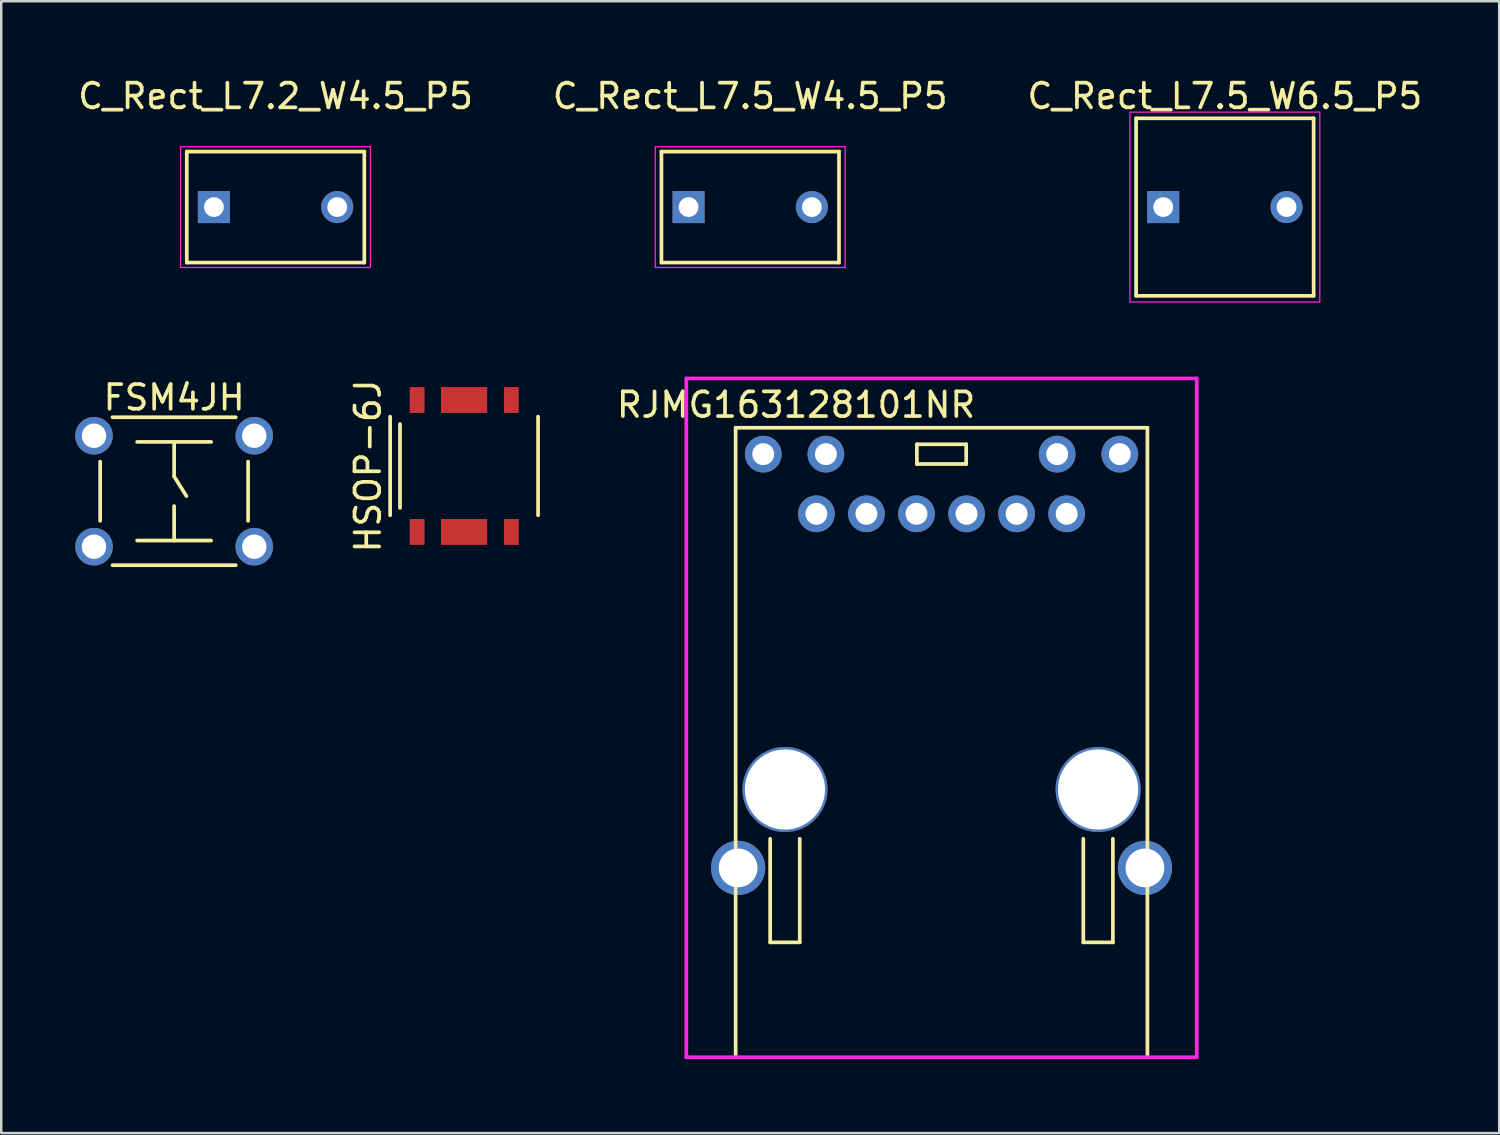
<source format=kicad_pcb>
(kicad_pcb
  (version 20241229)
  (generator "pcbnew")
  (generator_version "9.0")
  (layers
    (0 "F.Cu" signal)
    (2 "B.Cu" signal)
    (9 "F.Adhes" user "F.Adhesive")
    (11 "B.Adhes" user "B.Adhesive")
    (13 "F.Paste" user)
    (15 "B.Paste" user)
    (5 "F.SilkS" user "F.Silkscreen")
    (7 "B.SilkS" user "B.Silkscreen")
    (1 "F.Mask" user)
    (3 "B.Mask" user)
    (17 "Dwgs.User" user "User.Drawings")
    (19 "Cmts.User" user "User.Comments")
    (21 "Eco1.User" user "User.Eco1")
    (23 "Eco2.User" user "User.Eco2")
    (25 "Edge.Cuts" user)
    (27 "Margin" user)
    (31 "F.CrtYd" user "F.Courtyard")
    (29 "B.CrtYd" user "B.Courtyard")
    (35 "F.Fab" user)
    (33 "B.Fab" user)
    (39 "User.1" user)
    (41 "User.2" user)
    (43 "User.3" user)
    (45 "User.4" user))
  (footprint "FSM4JH"
    (layer "F.Cu")
    (at 4.012 16.872)
    (property "Reference" "FSM4JH" (at 0 -3.8 0) (layer "F.SilkS") (effects (font (size 1 1) (thickness 0.15))))
    (attr through_hole)
    (fp_line (start -3 -1.2) (end -3 1.2) (stroke (width 0.15) (type solid)) (layer "F.SilkS"))
    (fp_line (start -2.5 -3) (end 2.5 -3) (stroke (width 0.15) (type solid)) (layer "F.SilkS"))
    (fp_line (start -2.5 3) (end 2.5 3) (stroke (width 0.15) (type solid)) (layer "F.SilkS"))
    (fp_line (start -1.5 -2) (end 1.5 -2) (stroke (width 0.15) (type solid)) (layer "F.SilkS"))
    (fp_line (start -1.5 2) (end 1.5 2) (stroke (width 0.15) (type solid)) (layer "F.SilkS"))
    (fp_line (start 0 -1.9) (end 0 -0.6) (stroke (width 0.15) (type solid)) (layer "F.SilkS"))
    (fp_line (start 0 -0.6) (end 0.5 0.2) (stroke (width 0.15) (type solid)) (layer "F.SilkS"))
    (fp_line (start 0 2) (end 0 0.6) (stroke (width 0.15) (type solid)) (layer "F.SilkS"))
    (fp_line (start 3 -1.2) (end 3 1.2) (stroke (width 0.15) (type solid)) (layer "F.SilkS"))
    (pad "1" thru_hole circle (at -3.25 -2.25) (size 1.524 1.524) (drill 0.99) (layers "*.Cu" "*.Mask"))
    (pad "2" thru_hole circle (at 3.25 -2.25) (size 1.524 1.524) (drill 0.99) (layers "*.Cu" "*.Mask"))
    (pad "3" thru_hole circle (at -3.25 2.25) (size 1.524 1.524) (drill 0.99) (layers "*.Cu" "*.Mask"))
    (pad "4" thru_hole circle (at 3.25 2.25) (size 1.524 1.524) (drill 0.99) (layers "*.Cu" "*.Mask")))
  (footprint "RJMG163128101NR"
    (layer "F.Cu")
    (at 35.134 28.968)
    (property "Reference" "RJMG163128101NR" (at -5.9 -15.6 0) (layer "F.SilkS") (effects (font (size 1 1) (thickness 0.15))))
    (attr through_hole)
    (fp_line (start -8.35 -14.67) (end -8.35 10.86) (stroke (width 0.15) (type solid)) (layer "F.SilkS"))
    (fp_line (start -8.35 -14.67) (end 8.35 -14.67) (stroke (width 0.15) (type solid)) (layer "F.SilkS"))
    (fp_line (start -6.95 2) (end -6.95 6.2) (stroke (width 0.15) (type solid)) (layer "F.SilkS"))
    (fp_line (start -6.95 6.2) (end -5.75 6.2) (stroke (width 0.15) (type solid)) (layer "F.SilkS"))
    (fp_line (start -5.75 2) (end -5.75 6.2) (stroke (width 0.15) (type solid)) (layer "F.SilkS"))
    (fp_line (start -1 -14) (end -1 -13.2) (stroke (width 0.15) (type solid)) (layer "F.SilkS"))
    (fp_line (start -1 -14) (end 1 -14) (stroke (width 0.15) (type solid)) (layer "F.SilkS"))
    (fp_line (start -1 -13.2) (end 1 -13.2) (stroke (width 0.15) (type solid)) (layer "F.SilkS"))
    (fp_line (start 1 -14) (end 1 -13.2) (stroke (width 0.15) (type solid)) (layer "F.SilkS"))
    (fp_line (start 5.75 2) (end 5.75 6.2) (stroke (width 0.15) (type solid)) (layer "F.SilkS"))
    (fp_line (start 5.75 6.2) (end 6.95 6.2) (stroke (width 0.15) (type solid)) (layer "F.SilkS"))
    (fp_line (start 6.95 2) (end 6.95 6.2) (stroke (width 0.15) (type solid)) (layer "F.SilkS"))
    (fp_line (start 8.35 10.86) (end 8.35 -14.67) (stroke (width 0.15) (type solid)) (layer "F.SilkS"))
    (fp_line (start -10.35 -16.67) (end 10.35 -16.67) (stroke (width 0.15) (type solid)) (layer "F.CrtYd"))
    (fp_line (start -10.35 10.86) (end -10.35 -16.67) (stroke (width 0.15) (type solid)) (layer "F.CrtYd"))
    (fp_line (start -10.35 10.86) (end 10.35 10.86) (stroke (width 0.15) (type solid)) (layer "F.CrtYd"))
    (fp_line (start 10.35 10.86) (end 10.35 -16.67) (stroke (width 0.15) (type solid)) (layer "F.CrtYd"))
    (pad "" np_thru_hole circle (at -6.35 0) (size 3.45 3.45) (drill 3.25) (layers "*.Cu" "*.Mask"))
    (pad "" np_thru_hole circle (at 6.35 0) (size 3.45 3.45) (drill 3.25) (layers "*.Cu" "*.Mask"))
    (pad "1" thru_hole circle (at 5.075 -11.18) (size 1.49 1.49) (drill 0.89) (layers "*.Cu" "*.Mask"))
    (pad "2" thru_hole circle (at 3.045 -11.18) (size 1.49 1.49) (drill 0.89) (layers "*.Cu" "*.Mask"))
    (pad "3" thru_hole circle (at 1.015 -11.18) (size 1.49 1.49) (drill 0.89) (layers "*.Cu" "*.Mask"))
    (pad "4" thru_hole circle (at -1.015 -11.18) (size 1.49 1.49) (drill 0.89) (layers "*.Cu" "*.Mask"))
    (pad "5" thru_hole circle (at -3.045 -11.18) (size 1.49 1.49) (drill 0.89) (layers "*.Cu" "*.Mask"))
    (pad "6" thru_hole circle (at -5.075 -11.18) (size 1.49 1.49) (drill 0.89) (layers "*.Cu" "*.Mask"))
    (pad "GND" thru_hole circle (at -8.25 3.18) (size 2.2 2.2) (drill 1.57) (layers "*.Cu" "*.Mask"))
    (pad "GND" thru_hole circle (at 8.25 3.18) (size 2.2 2.2) (drill 1.57) (layers "*.Cu" "*.Mask"))
    (pad "L1" thru_hole circle (at 7.23 -13.6) (size 1.49 1.49) (drill 0.89) (layers "*.Cu" "*.Mask"))
    (pad "L2" thru_hole circle (at 4.69 -13.6) (size 1.49 1.49) (drill 0.89) (layers "*.Cu" "*.Mask"))
    (pad "L3" thru_hole circle (at -4.69 -13.6) (size 1.49 1.49) (drill 0.89) (layers "*.Cu" "*.Mask"))
    (pad "L4" thru_hole circle (at -7.23 -13.6) (size 1.49 1.49) (drill 0.89) (layers "*.Cu" "*.Mask")))
  (footprint "C_Rect_L7.5_W4.5_P5"
    (layer "F.Cu")
    (at 24.875 5.348)
    (property "Reference" "C_Rect_L7.5_W4.5_P5" (at 2.5 -4.5 0) (layer "F.SilkS") (effects (font (size 1 1) (thickness 0.15))))
    (attr through_hole)
    (fp_line (start -1.1 -2.25) (end 6.1 -2.25) (stroke (width 0.15) (type solid)) (layer "F.SilkS"))
    (fp_line (start -1.1 2.25) (end -1.1 -2.25) (stroke (width 0.15) (type solid)) (layer "F.SilkS"))
    (fp_line (start 6.1 -2.25) (end 6.1 2.25) (stroke (width 0.15) (type solid)) (layer "F.SilkS"))
    (fp_line (start 6.1 2.25) (end -1.1 2.25) (stroke (width 0.15) (type solid)) (layer "F.SilkS"))
    (fp_line (start -1.35 -2.45) (end 6.35 -2.45) (stroke (width 0.05) (type solid)) (layer "F.CrtYd"))
    (fp_line (start -1.35 2.45) (end -1.35 -2.45) (stroke (width 0.05) (type solid)) (layer "F.CrtYd"))
    (fp_line (start 6.35 -2.45) (end 6.35 2.45) (stroke (width 0.05) (type solid)) (layer "F.CrtYd"))
    (fp_line (start 6.35 2.45) (end -1.35 2.45) (stroke (width 0.05) (type solid)) (layer "F.CrtYd"))
    (pad "1" thru_hole rect (at 0 0) (size 1.3 1.3) (drill 0.8) (layers "*.Cu" "*.Mask"))
    (pad "2" thru_hole circle (at 5 0) (size 1.3 1.3) (drill 0.8) (layers "*.Cu" "*.Mask")))
  (footprint "C_Rect_L7.5_W6.5_P5"
    (layer "F.Cu")
    (at 44.125 5.348)
    (property "Reference" "C_Rect_L7.5_W6.5_P5" (at 2.5 -4.5 0) (layer "F.SilkS") (effects (font (size 1 1) (thickness 0.15))))
    (attr through_hole)
    (fp_line (start -1.1 -3.6) (end 6.1 -3.6) (stroke (width 0.15) (type solid)) (layer "F.SilkS"))
    (fp_line (start -1.1 3.6) (end -1.1 -3.6) (stroke (width 0.15) (type solid)) (layer "F.SilkS"))
    (fp_line (start 6.1 -3.6) (end 6.1 3.6) (stroke (width 0.15) (type solid)) (layer "F.SilkS"))
    (fp_line (start 6.1 3.6) (end -1.1 3.6) (stroke (width 0.15) (type solid)) (layer "F.SilkS"))
    (fp_line (start -1.35 -3.85) (end 6.35 -3.85) (stroke (width 0.05) (type solid)) (layer "F.CrtYd"))
    (fp_line (start -1.35 3.85) (end -1.35 -3.85) (stroke (width 0.05) (type solid)) (layer "F.CrtYd"))
    (fp_line (start 6.35 -3.85) (end 6.35 3.85) (stroke (width 0.05) (type solid)) (layer "F.CrtYd"))
    (fp_line (start 6.35 3.85) (end -1.35 3.85) (stroke (width 0.05) (type solid)) (layer "F.CrtYd"))
    (pad "1" thru_hole rect (at 0 0) (size 1.3 1.3) (drill 0.8) (layers "*.Cu" "*.Mask"))
    (pad "2" thru_hole circle (at 5 0) (size 1.3 1.3) (drill 0.8) (layers "*.Cu" "*.Mask")))
  (footprint "HSOP-6J"
    (layer "F.Cu")
    (at 15.772 15.848)
    (property "Reference" "HSOP-6J" (at -3.9 0 90) (layer "F.SilkS") (effects (font (size 1 1) (thickness 0.15))))
    (attr through_hole)
    (fp_line (start -3 -2) (end -3 2) (stroke (width 0.15) (type solid)) (layer "F.SilkS"))
    (fp_line (start -2.6 1.7) (end -2.6 -1.7) (stroke (width 0.15) (type solid)) (layer "F.SilkS"))
    (fp_line (start 3 -2) (end 3 2) (stroke (width 0.15) (type solid)) (layer "F.SilkS"))
    (pad "1" smd rect (at -1.905 2.675) (size 0.6 1.05) (layers "F.Cu" "F.Mask" "F.Paste"))
    (pad "2" smd rect (at 0 2.675) (size 1.87 1.05) (layers "F.Cu" "F.Mask" "F.Paste"))
    (pad "3" smd rect (at 1.915 2.675) (size 0.6 1.05) (layers "F.Cu" "F.Mask" "F.Paste"))
    (pad "4" smd rect (at 1.915 -2.675) (size 0.6 1.05) (layers "F.Cu" "F.Mask" "F.Paste"))
    (pad "5" smd rect (at 0 -2.675) (size 1.87 1.05) (layers "F.Cu" "F.Mask" "F.Paste"))
    (pad "6" smd rect (at -1.905 -2.675) (size 0.6 1.05) (layers "F.Cu" "F.Mask" "F.Paste")))
  (footprint "C_Rect_L7.2_W4.5_P5"
    (layer "F.Cu")
    (at 5.625 5.348)
    (property "Reference" "C_Rect_L7.2_W4.5_P5" (at 2.5 -4.5 0) (layer "F.SilkS") (effects (font (size 1 1) (thickness 0.15))))
    (attr through_hole)
    (fp_line (start -1.1 -2.25) (end 6.1 -2.25) (stroke (width 0.15) (type solid)) (layer "F.SilkS"))
    (fp_line (start -1.1 2.25) (end -1.1 -2.25) (stroke (width 0.15) (type solid)) (layer "F.SilkS"))
    (fp_line (start 6.1 -2.25) (end 6.1 2.25) (stroke (width 0.15) (type solid)) (layer "F.SilkS"))
    (fp_line (start 6.1 2.25) (end -1.1 2.25) (stroke (width 0.15) (type solid)) (layer "F.SilkS"))
    (fp_line (start -1.35 -2.45) (end 6.35 -2.45) (stroke (width 0.05) (type solid)) (layer "F.CrtYd"))
    (fp_line (start -1.35 2.45) (end -1.35 -2.45) (stroke (width 0.05) (type solid)) (layer "F.CrtYd"))
    (fp_line (start 6.35 -2.45) (end 6.35 2.45) (stroke (width 0.05) (type solid)) (layer "F.CrtYd"))
    (fp_line (start 6.35 2.45) (end -1.35 2.45) (stroke (width 0.05) (type solid)) (layer "F.CrtYd"))
    (pad "1" thru_hole rect (at 0 0) (size 1.3 1.3) (drill 0.8) (layers "*.Cu" "*.Mask"))
    (pad "2" thru_hole circle (at 5 0) (size 1.3 1.3) (drill 0.8) (layers "*.Cu" "*.Mask")))
  (gr_rect
    (start -3 -3)
    (end 57.75 42.903)
    (stroke (width 0.1) (type default))
    (fill no)
    (layer "Edge.Cuts")))
</source>
